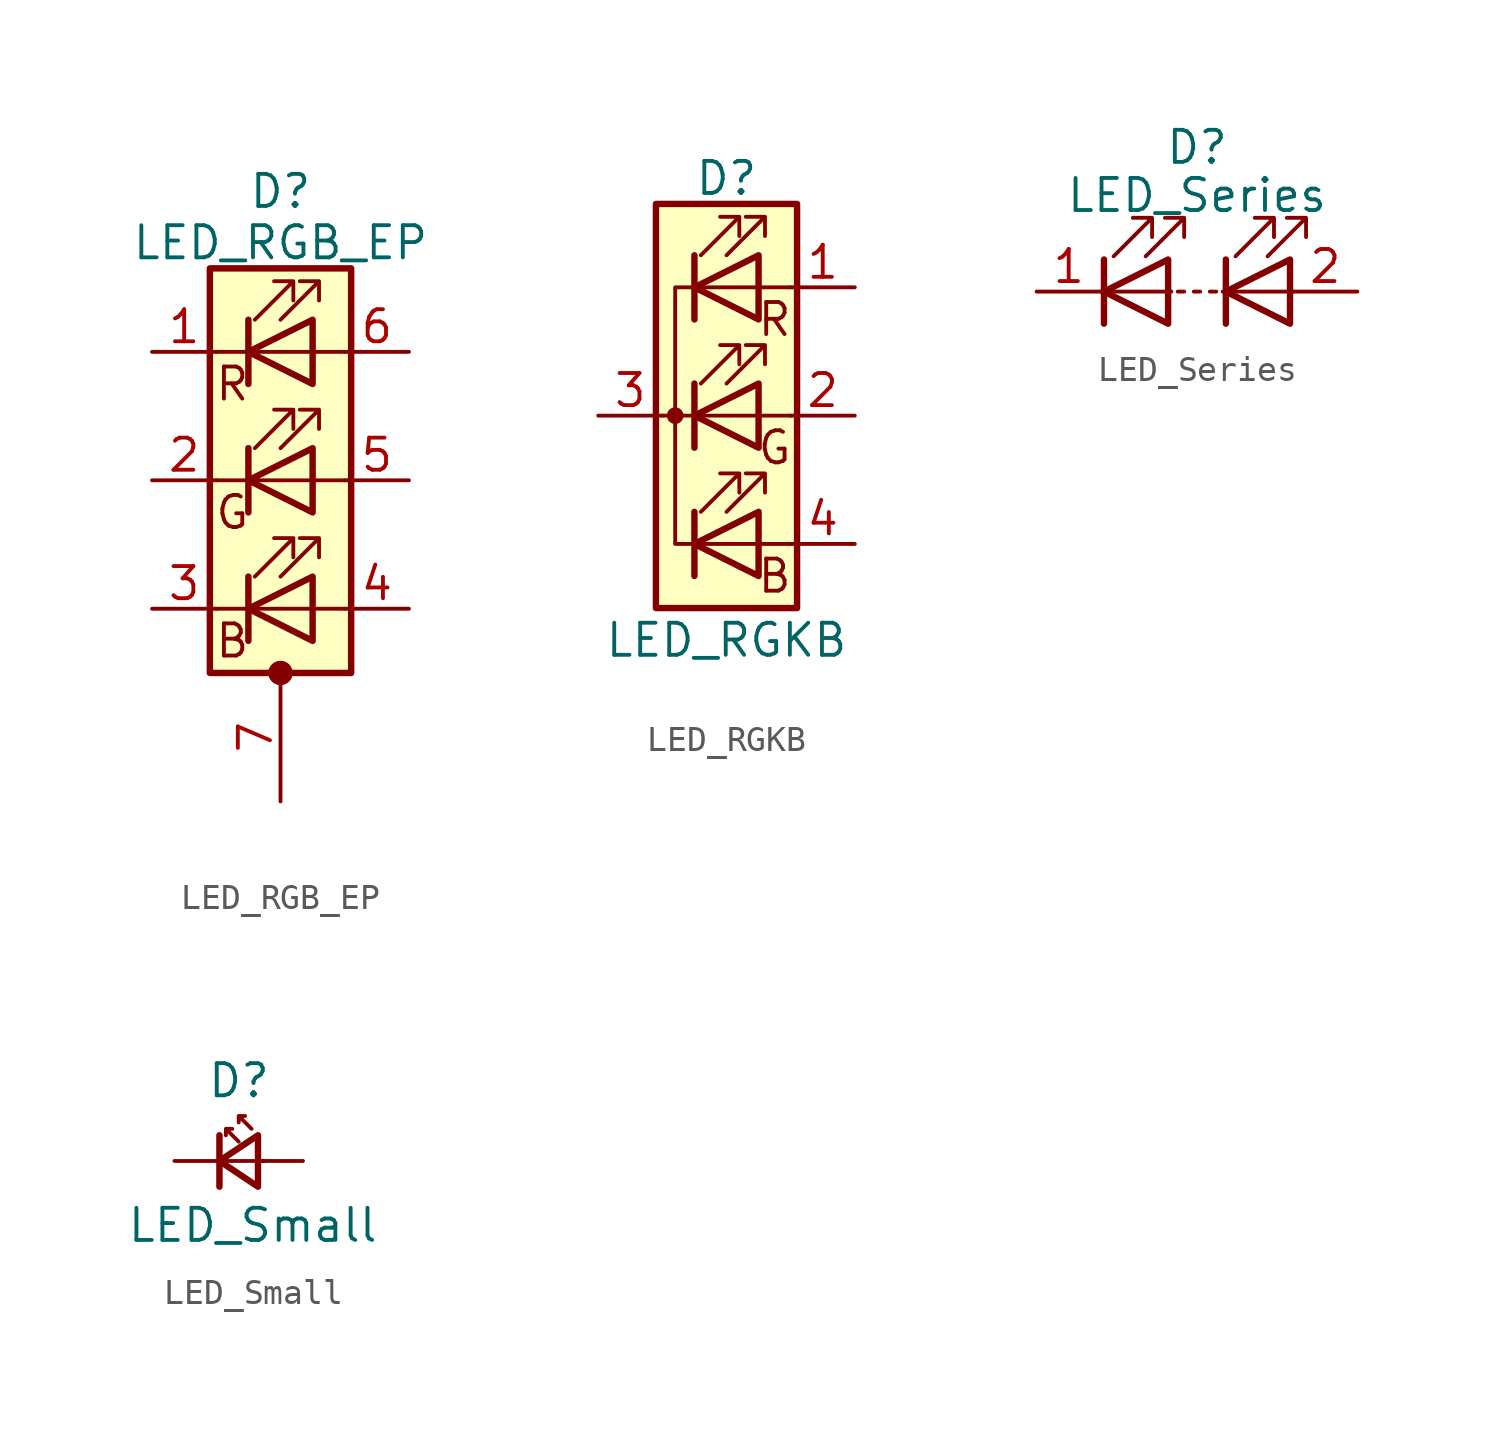
<source format=kicad_sym>
(kicad_symbol_lib
  (version 20220914)
  (generator kicad_symbol_editor)
  (symbol "LED_RGB_EP"
    (pin_names
      (offset 0) hide)
    (property "Reference" "D"
      (at 0 11.43 0)
      (effects (font (size 1.27 1.27))))
    (property "Value" "LED_RGB_EP"
      (at 0 9.398 0)
      (effects (font (size 1.27 1.27))))
    (symbol "LED_RGB_EP_0_0"
      (text "B" (at -1.905 -6.35 0) (effects (font (size 1.27 1.27))))
      (text "G" (at -1.905 -1.27 0) (effects (font (size 1.27 1.27))))
      (text "R" (at -1.905 3.81 0) (effects (font (size 1.27 1.27)))))
    (symbol "LED_RGB_EP_0_1"
      (circle (center 0 -7.62) (radius 0.356) (stroke (width 0.254) (type default)) (fill (type outline)))
      (polyline (pts (xy -1.27 -5.08) (xy -2.54 -5.08)) (stroke (width 0) (type default)) (fill (type none)))
      (polyline (pts (xy -1.27 -3.81) (xy -1.27 -6.35)) (stroke (width 0.254) (type default)) (fill (type none)))
      (polyline (pts (xy -1.27 0) (xy -2.54 0)) (stroke (width 0) (type default)) (fill (type none)))
      (polyline (pts (xy -1.27 1.27) (xy -1.27 -1.27)) (stroke (width 0.254) (type default)) (fill (type none)))
      (polyline (pts (xy -1.27 5.08) (xy -2.54 5.08)) (stroke (width 0) (type default)) (fill (type none)))
      (polyline (pts (xy -1.27 5.08) (xy 1.27 5.08)) (stroke (width 0) (type default)) (fill (type none)))
      (polyline (pts (xy -1.27 6.35) (xy -1.27 3.81)) (stroke (width 0.254) (type default)) (fill (type none)))
      (polyline (pts (xy -1.016 0) (xy 1.27 0)) (stroke (width 0) (type default)) (fill (type none)))
      (polyline (pts (xy 1.27 -5.08) (xy -1.27 -5.08)) (stroke (width 0) (type default)) (fill (type none)))
      (polyline (pts (xy 1.27 -5.08) (xy 2.54 -5.08)) (stroke (width 0) (type default)) (fill (type none)))
      (polyline (pts (xy 1.27 5.08) (xy 2.54 5.08)) (stroke (width 0) (type default)) (fill (type none)))
      (polyline (pts (xy 2.54 0) (xy 1.27 0)) (stroke (width 0) (type default)) (fill (type none)))
      (polyline (pts (xy -1.27 1.27) (xy -1.27 -1.27) (xy -1.27 -1.27)) (stroke (width 0) (type default)) (fill (type none)))
      (polyline (pts (xy -1.27 6.35) (xy -1.27 3.81) (xy -1.27 3.81)) (stroke (width 0) (type default)) (fill (type none)))
      (polyline (pts (xy 1.27 -3.81) (xy 1.27 -6.35) (xy -1.27 -5.08) (xy 1.27 -3.81)) (stroke (width 0.254) (type default)) (fill (type none)))
      (polyline (pts (xy 1.27 1.27) (xy 1.27 -1.27) (xy -1.27 0) (xy 1.27 1.27)) (stroke (width 0.254) (type default)) (fill (type none)))
      (polyline (pts (xy 1.27 6.35) (xy 1.27 3.81) (xy -1.27 5.08) (xy 1.27 6.35)) (stroke (width 0.254) (type default)) (fill (type none)))
      (polyline (pts (xy -1.016 -3.81) (xy 0.508 -2.286) (xy -0.254 -2.286) (xy 0.508 -2.286) (xy 0.508 -3.048)) (stroke (width 0) (type default)) (fill (type none)))
      (polyline (pts (xy -1.016 1.27) (xy 0.508 2.794) (xy -0.254 2.794) (xy 0.508 2.794) (xy 0.508 2.032)) (stroke (width 0) (type default)) (fill (type none)))
      (polyline (pts (xy -1.016 6.35) (xy 0.508 7.874) (xy -0.254 7.874) (xy 0.508 7.874) (xy 0.508 7.112)) (stroke (width 0) (type default)) (fill (type none)))
      (polyline (pts (xy 0 -3.81) (xy 1.524 -2.286) (xy 0.762 -2.286) (xy 1.524 -2.286) (xy 1.524 -3.048)) (stroke (width 0) (type default)) (fill (type none)))
      (polyline (pts (xy 0 1.27) (xy 1.524 2.794) (xy 0.762 2.794) (xy 1.524 2.794) (xy 1.524 2.032)) (stroke (width 0) (type default)) (fill (type none)))
      (polyline (pts (xy 0 6.35) (xy 1.524 7.874) (xy 0.762 7.874) (xy 1.524 7.874) (xy 1.524 7.112)) (stroke (width 0) (type default)) (fill (type none)))
      (rectangle (start 1.27 -1.27) (end 1.27 1.27) (stroke (width 0) (type default)) (fill (type none)))
      (rectangle (start 1.27 1.27) (end 1.27 1.27) (stroke (width 0) (type default)) (fill (type none)))
      (rectangle (start 1.27 3.81) (end 1.27 6.35) (stroke (width 0) (type default)) (fill (type none)))
      (rectangle (start 1.27 6.35) (end 1.27 6.35) (stroke (width 0) (type default)) (fill (type none)))
      (rectangle (start 2.794 8.382) (end -2.794 -7.62) (stroke (width 0.254) (type default)) (fill (type background))))
    (symbol "LED_RGB_EP_1_1"
      (pin passive line (at -5.08 5.08 0) (length 2.54) (name "RK" (effects (font (size 1.27 1.27)))) (number "1" (effects (font (size 1.27 1.27)))))
      (pin passive line (at -5.08 0 0) (length 2.54) (name "GK" (effects (font (size 1.27 1.27)))) (number "2" (effects (font (size 1.27 1.27)))))
      (pin passive line (at -5.08 -5.08 0) (length 2.54) (name "BK" (effects (font (size 1.27 1.27)))) (number "3" (effects (font (size 1.27 1.27)))))
      (pin passive line (at 5.08 -5.08 180) (length 2.54) (name "BA" (effects (font (size 1.27 1.27)))) (number "4" (effects (font (size 1.27 1.27)))))
      (pin passive line (at 5.08 0 180) (length 2.54) (name "GA" (effects (font (size 1.27 1.27)))) (number "5" (effects (font (size 1.27 1.27)))))
      (pin passive line (at 5.08 5.08 180) (length 2.54) (name "RA" (effects (font (size 1.27 1.27)))) (number "6" (effects (font (size 1.27 1.27)))))
      (pin passive line (at 0 -12.7 90) (length 5.08) (name "PAD" (effects (font (size 1.27 1.27)))) (number "7" (effects (font (size 1.27 1.27)))))))
  (symbol "LED_RGKB"
    (pin_names
      (offset 0) hide)
    (property "Reference" "D"
      (at 0 9.398 0)
      (effects (font (size 1.27 1.27))))
    (property "Value" "LED_RGKB"
      (at 0 -8.89 0)
      (effects (font (size 1.27 1.27))))
    (symbol "LED_RGKB_0_0"
      (text "B" (at 1.905 -6.35 0) (effects (font (size 1.27 1.27))))
      (text "G" (at 1.905 -1.27 0) (effects (font (size 1.27 1.27))))
      (text "R" (at 1.905 3.81 0) (effects (font (size 1.27 1.27)))))
    (symbol "LED_RGKB_0_1"
      (circle (center -2.032 0) (radius 0.254) (stroke (width 0) (type default)) (fill (type outline)))
      (polyline (pts (xy -1.27 -5.08) (xy 1.27 -5.08)) (stroke (width 0) (type default)) (fill (type none)))
      (polyline (pts (xy -1.27 -3.81) (xy -1.27 -6.35)) (stroke (width 0.254) (type default)) (fill (type none)))
      (polyline (pts (xy -1.27 0) (xy -2.54 0)) (stroke (width 0) (type default)) (fill (type none)))
      (polyline (pts (xy -1.27 1.27) (xy -1.27 -1.27)) (stroke (width 0.254) (type default)) (fill (type none)))
      (polyline (pts (xy -1.27 5.08) (xy 1.27 5.08)) (stroke (width 0) (type default)) (fill (type none)))
      (polyline (pts (xy -1.27 6.35) (xy -1.27 3.81)) (stroke (width 0.254) (type default)) (fill (type none)))
      (polyline (pts (xy 1.27 -5.08) (xy 2.54 -5.08)) (stroke (width 0) (type default)) (fill (type none)))
      (polyline (pts (xy 1.27 0) (xy -1.27 0)) (stroke (width 0) (type default)) (fill (type none)))
      (polyline (pts (xy 1.27 0) (xy 2.54 0)) (stroke (width 0) (type default)) (fill (type none)))
      (polyline (pts (xy 1.27 5.08) (xy 2.54 5.08)) (stroke (width 0) (type default)) (fill (type none)))
      (polyline (pts (xy -1.27 1.27) (xy -1.27 -1.27) (xy -1.27 -1.27)) (stroke (width 0) (type default)) (fill (type none)))
      (polyline (pts (xy -1.27 6.35) (xy -1.27 3.81) (xy -1.27 3.81)) (stroke (width 0) (type default)) (fill (type none)))
      (polyline (pts (xy -1.27 5.08) (xy -2.032 5.08) (xy -2.032 -5.08) (xy -1.016 -5.08)) (stroke (width 0) (type default)) (fill (type none)))
      (polyline (pts (xy 1.27 -3.81) (xy 1.27 -6.35) (xy -1.27 -5.08) (xy 1.27 -3.81)) (stroke (width 0.254) (type default)) (fill (type none)))
      (polyline (pts (xy 1.27 1.27) (xy 1.27 -1.27) (xy -1.27 0) (xy 1.27 1.27)) (stroke (width 0.254) (type default)) (fill (type none)))
      (polyline (pts (xy 1.27 6.35) (xy 1.27 3.81) (xy -1.27 5.08) (xy 1.27 6.35)) (stroke (width 0.254) (type default)) (fill (type none)))
      (polyline (pts (xy -1.016 -3.81) (xy 0.508 -2.286) (xy -0.254 -2.286) (xy 0.508 -2.286) (xy 0.508 -3.048)) (stroke (width 0) (type default)) (fill (type none)))
      (polyline (pts (xy -1.016 1.27) (xy 0.508 2.794) (xy -0.254 2.794) (xy 0.508 2.794) (xy 0.508 2.032)) (stroke (width 0) (type default)) (fill (type none)))
      (polyline (pts (xy -1.016 6.35) (xy 0.508 7.874) (xy -0.254 7.874) (xy 0.508 7.874) (xy 0.508 7.112)) (stroke (width 0) (type default)) (fill (type none)))
      (polyline (pts (xy 0 -3.81) (xy 1.524 -2.286) (xy 0.762 -2.286) (xy 1.524 -2.286) (xy 1.524 -3.048)) (stroke (width 0) (type default)) (fill (type none)))
      (polyline (pts (xy 0 1.27) (xy 1.524 2.794) (xy 0.762 2.794) (xy 1.524 2.794) (xy 1.524 2.032)) (stroke (width 0) (type default)) (fill (type none)))
      (polyline (pts (xy 0 6.35) (xy 1.524 7.874) (xy 0.762 7.874) (xy 1.524 7.874) (xy 1.524 7.112)) (stroke (width 0) (type default)) (fill (type none)))
      (rectangle (start 1.27 -1.27) (end 1.27 1.27) (stroke (width 0) (type default)) (fill (type none)))
      (rectangle (start 1.27 1.27) (end 1.27 1.27) (stroke (width 0) (type default)) (fill (type none)))
      (rectangle (start 1.27 3.81) (end 1.27 6.35) (stroke (width 0) (type default)) (fill (type none)))
      (rectangle (start 1.27 6.35) (end 1.27 6.35) (stroke (width 0) (type default)) (fill (type none)))
      (rectangle (start 2.794 8.382) (end -2.794 -7.62) (stroke (width 0.254) (type default)) (fill (type background))))
    (symbol "LED_RGKB_1_1"
      (pin passive line (at 5.08 5.08 180) (length 2.54) (name "RA" (effects (font (size 1.27 1.27)))) (number "1" (effects (font (size 1.27 1.27)))))
      (pin passive line (at 5.08 0 180) (length 2.54) (name "GA" (effects (font (size 1.27 1.27)))) (number "2" (effects (font (size 1.27 1.27)))))
      (pin passive line (at -5.08 0 0) (length 2.54) (name "K" (effects (font (size 1.27 1.27)))) (number "3" (effects (font (size 1.27 1.27)))))
      (pin passive line (at 5.08 -5.08 180) (length 2.54) (name "BA" (effects (font (size 1.27 1.27)))) (number "4" (effects (font (size 1.27 1.27)))))))
  (symbol "LED_Series"
    (pin_names
      (offset 1.016) hide)
    (property "Reference" "D"
      (at 0 5.715 0)
      (effects (font (size 1.27 1.27))))
    (property "Value" "LED_Series"
      (at 0 3.81 0)
      (effects (font (size 1.27 1.27))))
    (symbol "LED_Series_0_1"
      (polyline (pts (xy -3.81 0) (xy -1.016 0)) (stroke (width 0) (type default)) (fill (type none)))
      (polyline (pts (xy -3.683 -1.27) (xy -3.683 1.27)) (stroke (width 0.254) (type default)) (fill (type none)))
      (polyline (pts (xy -0.508 0) (xy -0.762 0)) (stroke (width 0) (type default)) (fill (type none)))
      (polyline (pts (xy 0.127 0) (xy -0.127 0)) (stroke (width 0) (type default)) (fill (type none)))
      (polyline (pts (xy 0.508 0) (xy 0.762 0)) (stroke (width 0) (type default)) (fill (type none)))
      (polyline (pts (xy 1.016 0) (xy 3.81 0)) (stroke (width 0) (type default)) (fill (type none)))
      (polyline (pts (xy 1.143 -1.27) (xy 1.143 1.27)) (stroke (width 0.254) (type default)) (fill (type none)))
      (polyline (pts (xy -1.143 -1.27) (xy -1.143 1.27) (xy -3.683 0) (xy -1.143 -1.27)) (stroke (width 0.254) (type default)) (fill (type none)))
      (polyline (pts (xy 3.683 -1.27) (xy 3.683 1.27) (xy 1.143 0) (xy 3.683 -1.27)) (stroke (width 0.254) (type default)) (fill (type none)))
      (polyline (pts (xy -3.302 1.397) (xy -1.778 2.921) (xy -2.54 2.921) (xy -1.778 2.921) (xy -1.778 2.159)) (stroke (width 0) (type default)) (fill (type none)))
      (polyline (pts (xy -2.032 1.397) (xy -0.508 2.921) (xy -1.27 2.921) (xy -0.508 2.921) (xy -0.508 2.159)) (stroke (width 0) (type default)) (fill (type none)))
      (polyline (pts (xy 1.524 1.397) (xy 3.048 2.921) (xy 2.286 2.921) (xy 3.048 2.921) (xy 3.048 2.159)) (stroke (width 0) (type default)) (fill (type none)))
      (polyline (pts (xy 2.794 1.397) (xy 4.318 2.921) (xy 3.556 2.921) (xy 4.318 2.921) (xy 4.318 2.159)) (stroke (width 0) (type default)) (fill (type none))))
    (symbol "LED_Series_1_1"
      (pin passive line (at -6.35 0 0) (length 2.54) (name "K" (effects (font (size 1.27 1.27)))) (number "1" (effects (font (size 1.27 1.27)))))
      (pin passive line (at 6.35 0 180) (length 2.54) (name "A" (effects (font (size 1.27 1.27)))) (number "2" (effects (font (size 1.27 1.27)))))))
  (symbol "LED_Small"
    (pin_numbers hide)
    (pin_names
      (offset 0.254) hide)
    (property "Reference" "D"
      (at -1.27 3.175 0)
      (effects (font (size 1.27 1.27)) (justify left)))
    (property "Value" "LED_Small"
      (at -4.445 -2.54 0)
      (effects (font (size 1.27 1.27)) (justify left)))
    (symbol "LED_Small_0_1"
      (polyline (pts (xy -0.762 -1.016) (xy -0.762 1.016)) (stroke (width 0.254) (type default)) (fill (type none)))
      (polyline (pts (xy 1.016 0) (xy -0.762 0)) (stroke (width 0) (type default)) (fill (type none)))
      (polyline (pts (xy 0.762 -1.016) (xy -0.762 0) (xy 0.762 1.016) (xy 0.762 -1.016)) (stroke (width 0.254) (type default)) (fill (type none)))
      (polyline (pts (xy 0 0.762) (xy -0.508 1.27) (xy -0.254 1.27) (xy -0.508 1.27) (xy -0.508 1.016)) (stroke (width 0) (type default)) (fill (type none)))
      (polyline (pts (xy 0.508 1.27) (xy 0 1.778) (xy 0.254 1.778) (xy 0 1.778) (xy 0 1.524)) (stroke (width 0) (type default)) (fill (type none))))
    (symbol "LED_Small_1_1"
      (pin passive line (at -2.54 0 0) (length 1.778) (name "K" (effects (font (size 1.27 1.27)))) (number "1" (effects (font (size 1.27 1.27)))))
      (pin passive line (at 2.54 0 180) (length 1.778) (name "A" (effects (font (size 1.27 1.27)))) (number "2" (effects (font (size 1.27 1.27))))))))
</source>
